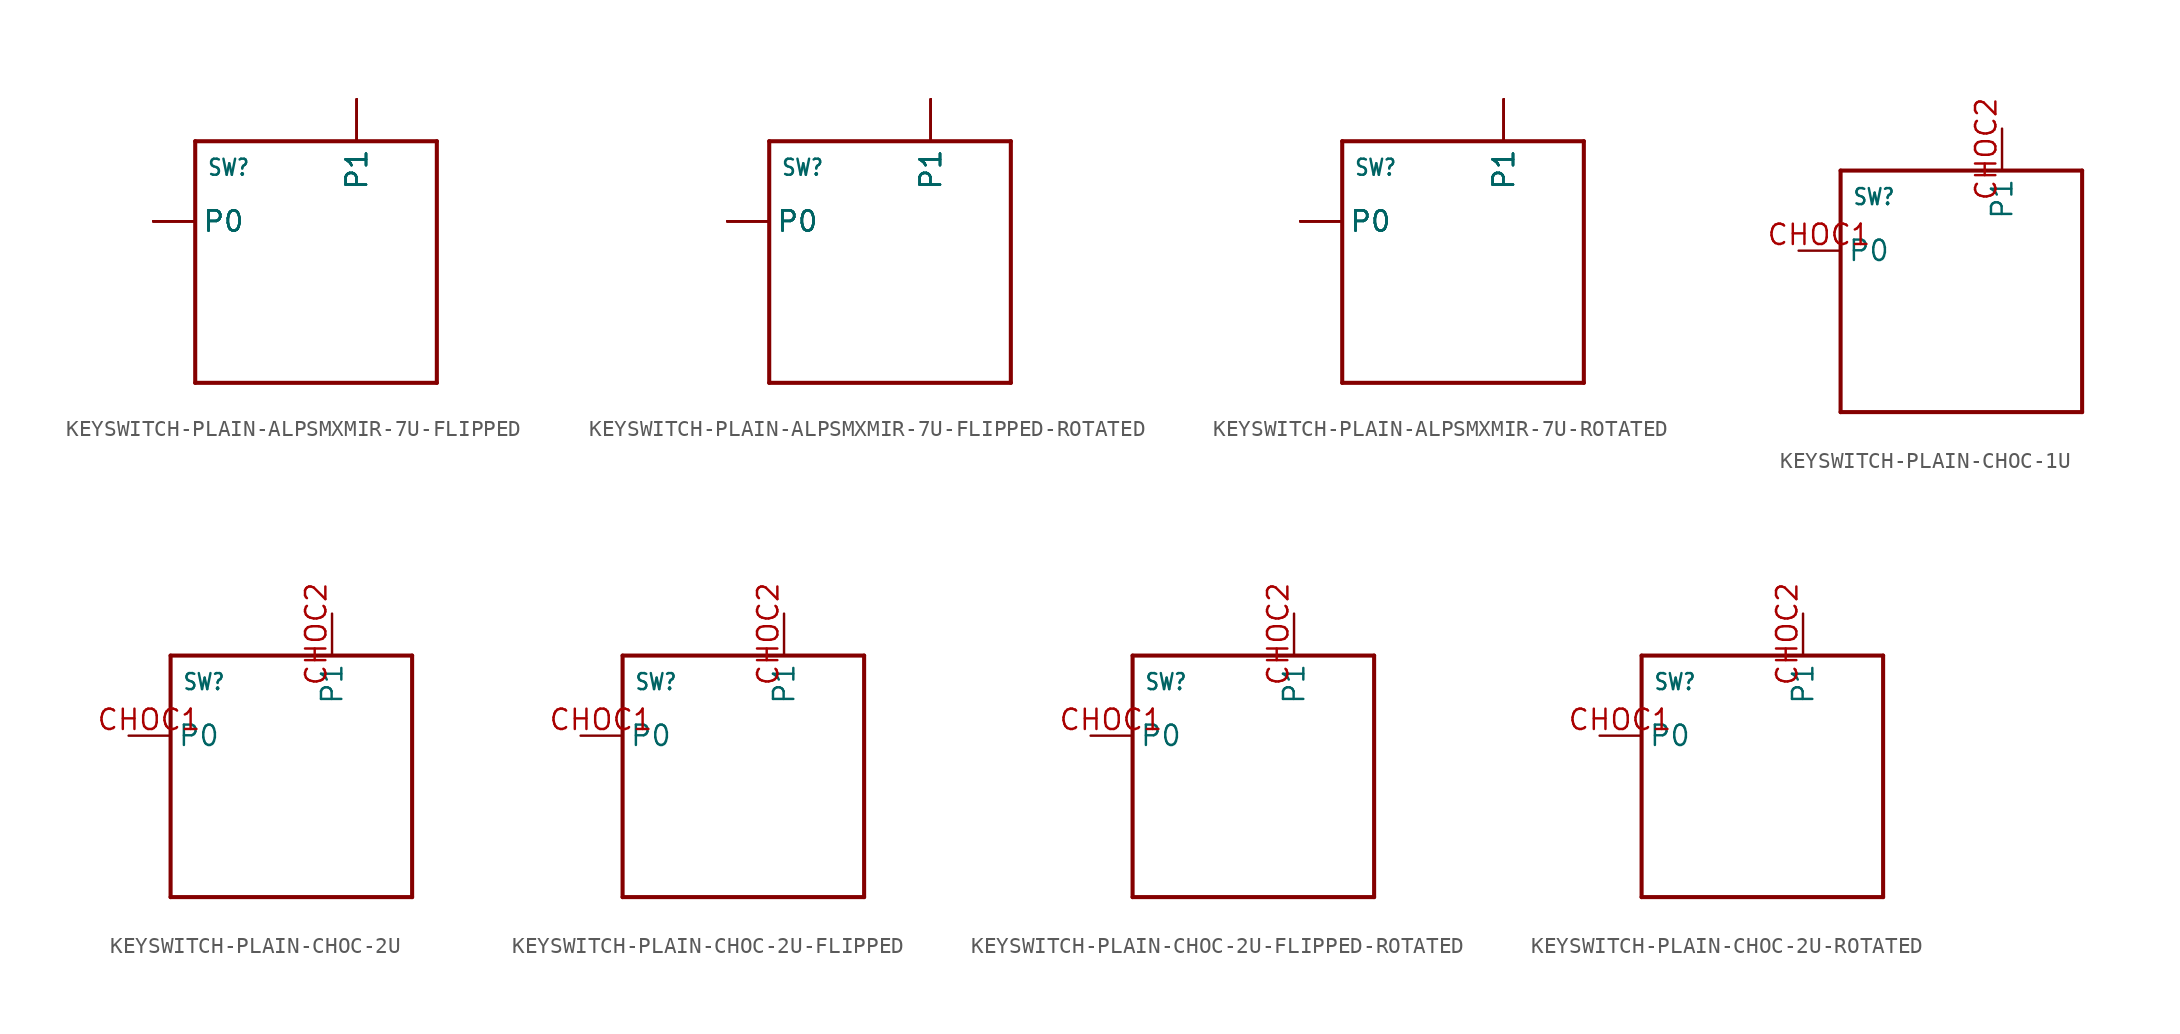
<source format=kicad_sym>
(kicad_symbol_lib
  (version 20211014)
  (generator kicad_symbol_editor)
  (symbol "KEYSWITCH-PLAIN-ALPSMXMIR-7U-FLIPPED"
    (property "Reference" "SW"
      (at -6.81 5.318 0)
      (effects (font (size 1 0.85)) (justify left bottom)))
    (property "ki_locked" ""
      (at 0 0 0)
      (effects (font (size 1.27 1.27))))
    (symbol "KEYSWITCH-PLAIN-ALPSMXMIR-7U-FLIPPED_1_0"
      (polyline (pts (xy -7.54 -7.54) (xy -7.54 7.54)) (stroke (width 0.254) (type default) (color 0 0 0 0)) (fill (type none)))
      (polyline (pts (xy -7.54 7.54) (xy 7.54 7.54)) (stroke (width 0.254) (type default) (color 0 0 0 0)) (fill (type none)))
      (polyline (pts (xy 7.54 -7.54) (xy -7.54 -7.54)) (stroke (width 0.254) (type default) (color 0 0 0 0)) (fill (type none)))
      (polyline (pts (xy 7.54 7.54) (xy 7.54 -7.54)) (stroke (width 0.254) (type default) (color 0 0 0 0)) (fill (type none)))
      (pin bidirectional line (at -10.16 2.54 0) (length 2.54) (name "P0" (effects (font (size 1.27 1.27)))) (number "ALPS1" (effects (font (size 0 0)))))
      (pin bidirectional line (at 2.54 10.16 270) (length 2.54) (name "P1" (effects (font (size 1.27 1.27)))) (number "ALPS2" (effects (font (size 0 0)))))
      (pin bidirectional line (at -10.16 2.54 0) (length 2.54) (name "P0" (effects (font (size 1.27 1.27)))) (number "ALPS3" (effects (font (size 0 0)))))
      (pin bidirectional line (at 2.54 10.16 270) (length 2.54) (name "P1" (effects (font (size 1.27 1.27)))) (number "ALPS4" (effects (font (size 0 0)))))
      (pin bidirectional line (at -10.16 2.54 0) (length 2.54) (name "P0" (effects (font (size 1.27 1.27)))) (number "MX1" (effects (font (size 0 0)))))
      (pin bidirectional line (at 2.54 10.16 270) (length 2.54) (name "P1" (effects (font (size 1.27 1.27)))) (number "MX2" (effects (font (size 0 0)))))
      (pin bidirectional line (at -10.16 2.54 0) (length 2.54) (name "P0" (effects (font (size 1.27 1.27)))) (number "MX3" (effects (font (size 0 0)))))
      (pin bidirectional line (at 2.54 10.16 270) (length 2.54) (name "P1" (effects (font (size 1.27 1.27)))) (number "MX4" (effects (font (size 0 0)))))))
  (symbol "KEYSWITCH-PLAIN-ALPSMXMIR-7U-FLIPPED-ROTATED"
    (property "Reference" "SW"
      (at -6.81 5.318 0)
      (effects (font (size 1 0.85)) (justify left bottom)))
    (property "ki_locked" ""
      (at 0 0 0)
      (effects (font (size 1.27 1.27))))
    (symbol "KEYSWITCH-PLAIN-ALPSMXMIR-7U-FLIPPED-ROTATED_1_0"
      (polyline (pts (xy -7.54 -7.54) (xy -7.54 7.54)) (stroke (width 0.254) (type default) (color 0 0 0 0)) (fill (type none)))
      (polyline (pts (xy -7.54 7.54) (xy 7.54 7.54)) (stroke (width 0.254) (type default) (color 0 0 0 0)) (fill (type none)))
      (polyline (pts (xy 7.54 -7.54) (xy -7.54 -7.54)) (stroke (width 0.254) (type default) (color 0 0 0 0)) (fill (type none)))
      (polyline (pts (xy 7.54 7.54) (xy 7.54 -7.54)) (stroke (width 0.254) (type default) (color 0 0 0 0)) (fill (type none)))
      (pin bidirectional line (at -10.16 2.54 0) (length 2.54) (name "P0" (effects (font (size 1.27 1.27)))) (number "ALPS1" (effects (font (size 0 0)))))
      (pin bidirectional line (at 2.54 10.16 270) (length 2.54) (name "P1" (effects (font (size 1.27 1.27)))) (number "ALPS2" (effects (font (size 0 0)))))
      (pin bidirectional line (at -10.16 2.54 0) (length 2.54) (name "P0" (effects (font (size 1.27 1.27)))) (number "ALPS3" (effects (font (size 0 0)))))
      (pin bidirectional line (at 2.54 10.16 270) (length 2.54) (name "P1" (effects (font (size 1.27 1.27)))) (number "ALPS4" (effects (font (size 0 0)))))
      (pin bidirectional line (at -10.16 2.54 0) (length 2.54) (name "P0" (effects (font (size 1.27 1.27)))) (number "MX1" (effects (font (size 0 0)))))
      (pin bidirectional line (at 2.54 10.16 270) (length 2.54) (name "P1" (effects (font (size 1.27 1.27)))) (number "MX2" (effects (font (size 0 0)))))
      (pin bidirectional line (at -10.16 2.54 0) (length 2.54) (name "P0" (effects (font (size 1.27 1.27)))) (number "MX3" (effects (font (size 0 0)))))
      (pin bidirectional line (at 2.54 10.16 270) (length 2.54) (name "P1" (effects (font (size 1.27 1.27)))) (number "MX4" (effects (font (size 0 0)))))))
  (symbol "KEYSWITCH-PLAIN-ALPSMXMIR-7U-ROTATED"
    (property "Reference" "SW"
      (at -6.81 5.318 0)
      (effects (font (size 1 0.85)) (justify left bottom)))
    (property "ki_locked" ""
      (at 0 0 0)
      (effects (font (size 1.27 1.27))))
    (symbol "KEYSWITCH-PLAIN-ALPSMXMIR-7U-ROTATED_1_0"
      (polyline (pts (xy -7.54 -7.54) (xy -7.54 7.54)) (stroke (width 0.254) (type default) (color 0 0 0 0)) (fill (type none)))
      (polyline (pts (xy -7.54 7.54) (xy 7.54 7.54)) (stroke (width 0.254) (type default) (color 0 0 0 0)) (fill (type none)))
      (polyline (pts (xy 7.54 -7.54) (xy -7.54 -7.54)) (stroke (width 0.254) (type default) (color 0 0 0 0)) (fill (type none)))
      (polyline (pts (xy 7.54 7.54) (xy 7.54 -7.54)) (stroke (width 0.254) (type default) (color 0 0 0 0)) (fill (type none)))
      (pin bidirectional line (at -10.16 2.54 0) (length 2.54) (name "P0" (effects (font (size 1.27 1.27)))) (number "ALPS1" (effects (font (size 0 0)))))
      (pin bidirectional line (at 2.54 10.16 270) (length 2.54) (name "P1" (effects (font (size 1.27 1.27)))) (number "ALPS2" (effects (font (size 0 0)))))
      (pin bidirectional line (at -10.16 2.54 0) (length 2.54) (name "P0" (effects (font (size 1.27 1.27)))) (number "ALPS3" (effects (font (size 0 0)))))
      (pin bidirectional line (at 2.54 10.16 270) (length 2.54) (name "P1" (effects (font (size 1.27 1.27)))) (number "ALPS4" (effects (font (size 0 0)))))
      (pin bidirectional line (at -10.16 2.54 0) (length 2.54) (name "P0" (effects (font (size 1.27 1.27)))) (number "MX1" (effects (font (size 0 0)))))
      (pin bidirectional line (at 2.54 10.16 270) (length 2.54) (name "P1" (effects (font (size 1.27 1.27)))) (number "MX2" (effects (font (size 0 0)))))
      (pin bidirectional line (at -10.16 2.54 0) (length 2.54) (name "P0" (effects (font (size 1.27 1.27)))) (number "MX3" (effects (font (size 0 0)))))
      (pin bidirectional line (at 2.54 10.16 270) (length 2.54) (name "P1" (effects (font (size 1.27 1.27)))) (number "MX4" (effects (font (size 0 0)))))))
  (symbol "KEYSWITCH-PLAIN-CHOC-1U"
    (property "Reference" "SW"
      (at -6.81 5.318 0)
      (effects (font (size 1 0.85)) (justify left bottom)))
    (property "ki_locked" ""
      (at 0 0 0)
      (effects (font (size 1.27 1.27))))
    (symbol "KEYSWITCH-PLAIN-CHOC-1U_1_0"
      (polyline (pts (xy -7.54 -7.54) (xy -7.54 7.54)) (stroke (width 0.254) (type default) (color 0 0 0 0)) (fill (type none)))
      (polyline (pts (xy -7.54 7.54) (xy 7.54 7.54)) (stroke (width 0.254) (type default) (color 0 0 0 0)) (fill (type none)))
      (polyline (pts (xy 7.54 -7.54) (xy -7.54 -7.54)) (stroke (width 0.254) (type default) (color 0 0 0 0)) (fill (type none)))
      (polyline (pts (xy 7.54 7.54) (xy 7.54 -7.54)) (stroke (width 0.254) (type default) (color 0 0 0 0)) (fill (type none)))
      (pin bidirectional line (at -10.16 2.54 0) (length 2.54) (name "P0" (effects (font (size 1.27 1.27)))) (number "CHOC1" (effects (font (size 1.27 1.27)))))
      (pin bidirectional line (at 2.54 10.16 270) (length 2.54) (name "P1" (effects (font (size 1.27 1.27)))) (number "CHOC2" (effects (font (size 1.27 1.27)))))))
  (symbol "KEYSWITCH-PLAIN-CHOC-2U"
    (property "Reference" "SW"
      (at -6.81 5.318 0)
      (effects (font (size 1 0.85)) (justify left bottom)))
    (property "ki_locked" ""
      (at 0 0 0)
      (effects (font (size 1.27 1.27))))
    (symbol "KEYSWITCH-PLAIN-CHOC-2U_1_0"
      (polyline (pts (xy -7.54 -7.54) (xy -7.54 7.54)) (stroke (width 0.254) (type default) (color 0 0 0 0)) (fill (type none)))
      (polyline (pts (xy -7.54 7.54) (xy 7.54 7.54)) (stroke (width 0.254) (type default) (color 0 0 0 0)) (fill (type none)))
      (polyline (pts (xy 7.54 -7.54) (xy -7.54 -7.54)) (stroke (width 0.254) (type default) (color 0 0 0 0)) (fill (type none)))
      (polyline (pts (xy 7.54 7.54) (xy 7.54 -7.54)) (stroke (width 0.254) (type default) (color 0 0 0 0)) (fill (type none)))
      (pin bidirectional line (at -10.16 2.54 0) (length 2.54) (name "P0" (effects (font (size 1.27 1.27)))) (number "CHOC1" (effects (font (size 1.27 1.27)))))
      (pin bidirectional line (at 2.54 10.16 270) (length 2.54) (name "P1" (effects (font (size 1.27 1.27)))) (number "CHOC2" (effects (font (size 1.27 1.27)))))))
  (symbol "KEYSWITCH-PLAIN-CHOC-2U-FLIPPED"
    (property "Reference" "SW"
      (at -6.81 5.318 0)
      (effects (font (size 1 0.85)) (justify left bottom)))
    (property "ki_locked" ""
      (at 0 0 0)
      (effects (font (size 1.27 1.27))))
    (symbol "KEYSWITCH-PLAIN-CHOC-2U-FLIPPED_1_0"
      (polyline (pts (xy -7.54 -7.54) (xy -7.54 7.54)) (stroke (width 0.254) (type default) (color 0 0 0 0)) (fill (type none)))
      (polyline (pts (xy -7.54 7.54) (xy 7.54 7.54)) (stroke (width 0.254) (type default) (color 0 0 0 0)) (fill (type none)))
      (polyline (pts (xy 7.54 -7.54) (xy -7.54 -7.54)) (stroke (width 0.254) (type default) (color 0 0 0 0)) (fill (type none)))
      (polyline (pts (xy 7.54 7.54) (xy 7.54 -7.54)) (stroke (width 0.254) (type default) (color 0 0 0 0)) (fill (type none)))
      (pin bidirectional line (at -10.16 2.54 0) (length 2.54) (name "P0" (effects (font (size 1.27 1.27)))) (number "CHOC1" (effects (font (size 1.27 1.27)))))
      (pin bidirectional line (at 2.54 10.16 270) (length 2.54) (name "P1" (effects (font (size 1.27 1.27)))) (number "CHOC2" (effects (font (size 1.27 1.27)))))))
  (symbol "KEYSWITCH-PLAIN-CHOC-2U-FLIPPED-ROTATED"
    (property "Reference" "SW"
      (at -6.81 5.318 0)
      (effects (font (size 1 0.85)) (justify left bottom)))
    (property "ki_locked" ""
      (at 0 0 0)
      (effects (font (size 1.27 1.27))))
    (symbol "KEYSWITCH-PLAIN-CHOC-2U-FLIPPED-ROTATED_1_0"
      (polyline (pts (xy -7.54 -7.54) (xy -7.54 7.54)) (stroke (width 0.254) (type default) (color 0 0 0 0)) (fill (type none)))
      (polyline (pts (xy -7.54 7.54) (xy 7.54 7.54)) (stroke (width 0.254) (type default) (color 0 0 0 0)) (fill (type none)))
      (polyline (pts (xy 7.54 -7.54) (xy -7.54 -7.54)) (stroke (width 0.254) (type default) (color 0 0 0 0)) (fill (type none)))
      (polyline (pts (xy 7.54 7.54) (xy 7.54 -7.54)) (stroke (width 0.254) (type default) (color 0 0 0 0)) (fill (type none)))
      (pin bidirectional line (at -10.16 2.54 0) (length 2.54) (name "P0" (effects (font (size 1.27 1.27)))) (number "CHOC1" (effects (font (size 1.27 1.27)))))
      (pin bidirectional line (at 2.54 10.16 270) (length 2.54) (name "P1" (effects (font (size 1.27 1.27)))) (number "CHOC2" (effects (font (size 1.27 1.27)))))))
  (symbol "KEYSWITCH-PLAIN-CHOC-2U-ROTATED"
    (property "Reference" "SW"
      (at -6.81 5.318 0)
      (effects (font (size 1 0.85)) (justify left bottom)))
    (property "ki_locked" ""
      (at 0 0 0)
      (effects (font (size 1.27 1.27))))
    (symbol "KEYSWITCH-PLAIN-CHOC-2U-ROTATED_1_0"
      (polyline (pts (xy -7.54 -7.54) (xy -7.54 7.54)) (stroke (width 0.254) (type default) (color 0 0 0 0)) (fill (type none)))
      (polyline (pts (xy -7.54 7.54) (xy 7.54 7.54)) (stroke (width 0.254) (type default) (color 0 0 0 0)) (fill (type none)))
      (polyline (pts (xy 7.54 -7.54) (xy -7.54 -7.54)) (stroke (width 0.254) (type default) (color 0 0 0 0)) (fill (type none)))
      (polyline (pts (xy 7.54 7.54) (xy 7.54 -7.54)) (stroke (width 0.254) (type default) (color 0 0 0 0)) (fill (type none)))
      (pin bidirectional line (at -10.16 2.54 0) (length 2.54) (name "P0" (effects (font (size 1.27 1.27)))) (number "CHOC1" (effects (font (size 1.27 1.27)))))
      (pin bidirectional line (at 2.54 10.16 270) (length 2.54) (name "P1" (effects (font (size 1.27 1.27)))) (number "CHOC2" (effects (font (size 1.27 1.27))))))))
</source>
